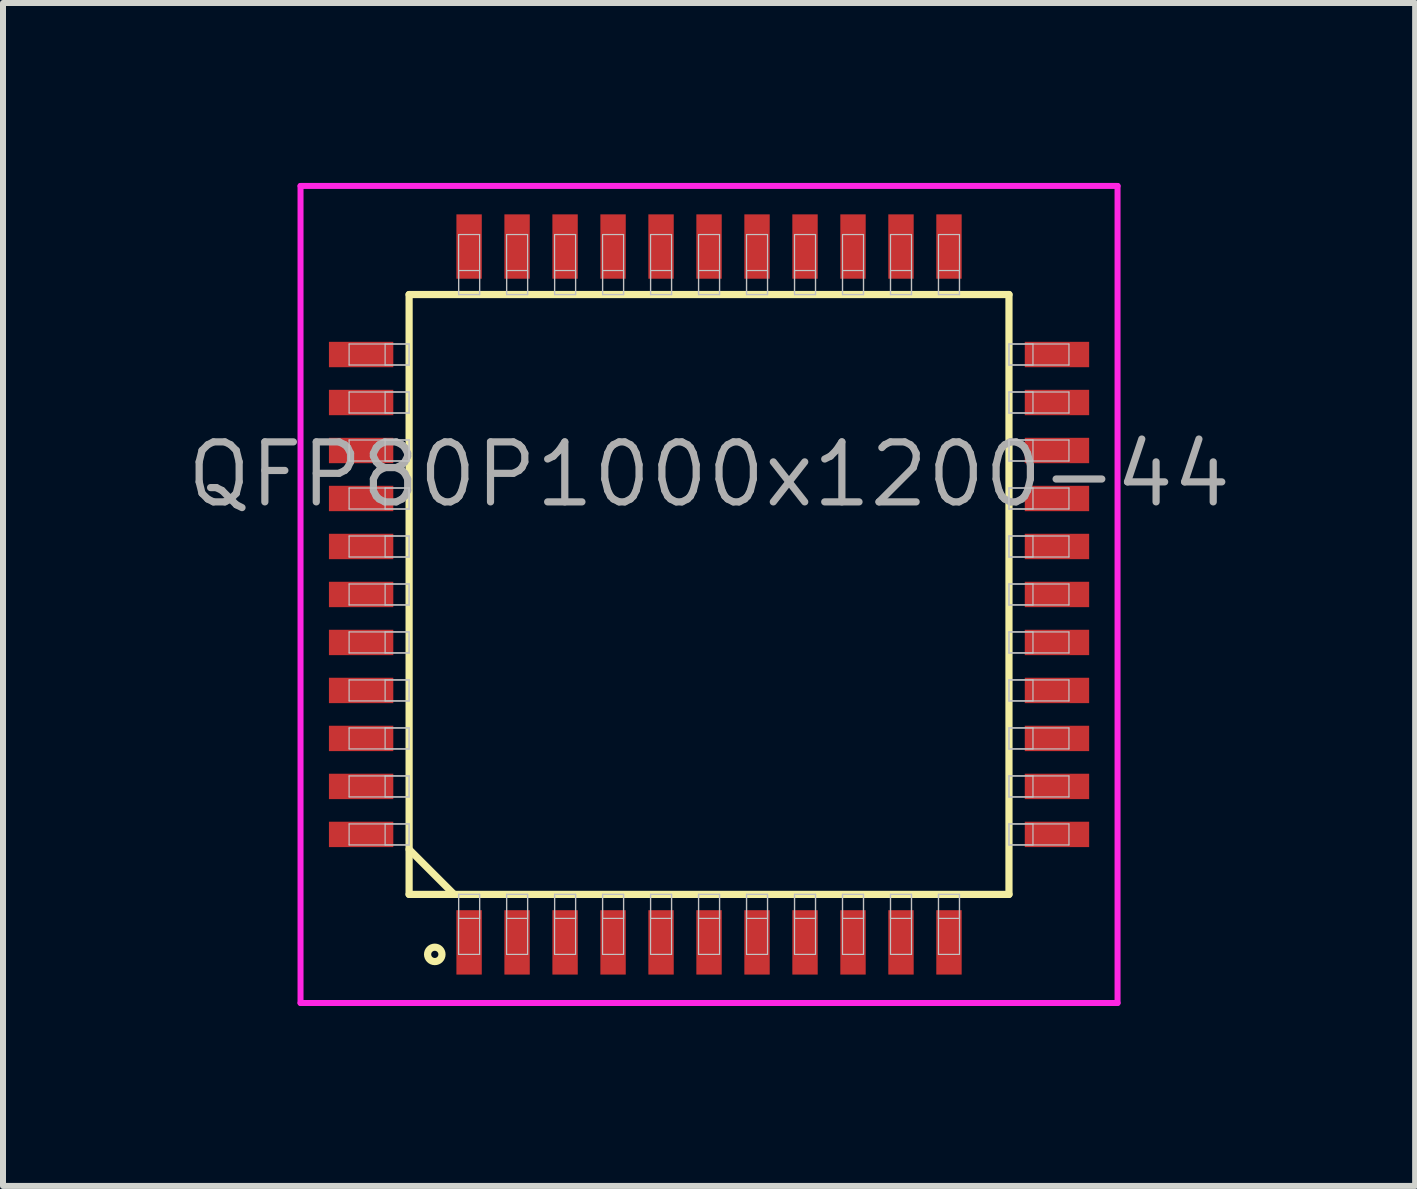
<source format=kicad_pcb>
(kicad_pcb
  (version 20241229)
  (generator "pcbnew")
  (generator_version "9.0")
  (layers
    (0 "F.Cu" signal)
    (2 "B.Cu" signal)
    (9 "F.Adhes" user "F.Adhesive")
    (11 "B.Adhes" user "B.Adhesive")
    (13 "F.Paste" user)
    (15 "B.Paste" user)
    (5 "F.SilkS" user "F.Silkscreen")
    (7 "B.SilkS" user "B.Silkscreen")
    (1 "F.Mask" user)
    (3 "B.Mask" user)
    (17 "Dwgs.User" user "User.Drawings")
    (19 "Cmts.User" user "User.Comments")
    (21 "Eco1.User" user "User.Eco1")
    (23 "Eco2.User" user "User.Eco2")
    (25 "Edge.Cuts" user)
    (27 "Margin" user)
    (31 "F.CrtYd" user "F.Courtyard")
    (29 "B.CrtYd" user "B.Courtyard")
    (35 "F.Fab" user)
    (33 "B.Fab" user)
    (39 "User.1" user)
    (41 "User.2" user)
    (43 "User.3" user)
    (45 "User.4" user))
  (footprint "QFP80P1000x1200-44"
    (layer "F.Cu")
    (at 8.77 6.86)
    (property "Reference" "QFP80P1000x1200-44" (at 0 -2 0) (layer "F.Fab") (effects (font (size 1 1) (thickness 0.12))))
    (attr through_hole)
    (fp_line (start -5 -5) (end -5 5) (stroke (width 0.12) (type solid)) (layer "F.SilkS"))
    (fp_line (start -5 4.25) (end -4.25 5) (stroke (width 0.12) (type solid)) (layer "F.SilkS"))
    (fp_line (start -5 5) (end 5 5) (stroke (width 0.12) (type solid)) (layer "F.SilkS"))
    (fp_line (start 5 -5) (end -5 -5) (stroke (width 0.12) (type solid)) (layer "F.SilkS"))
    (fp_line (start 5 5) (end 5 -5) (stroke (width 0.12) (type solid)) (layer "F.SilkS"))
    (fp_circle (center -4.572 6) (end -4.452 6) (stroke (width 0.12) (type solid)) (fill no) (layer "F.SilkS"))
    (fp_line (start -6 -4.175) (end -6 -3.825) (stroke (width 0.02) (type solid)) (layer "Dwgs.User"))
    (fp_line (start -6 -3.825) (end -5 -3.825) (stroke (width 0.02) (type solid)) (layer "Dwgs.User"))
    (fp_line (start -6 -3.375) (end -6 -3.025) (stroke (width 0.02) (type solid)) (layer "Dwgs.User"))
    (fp_line (start -6 -3.025) (end -5 -3.025) (stroke (width 0.02) (type solid)) (layer "Dwgs.User"))
    (fp_line (start -6 -2.575) (end -6 -2.225) (stroke (width 0.02) (type solid)) (layer "Dwgs.User"))
    (fp_line (start -6 -2.225) (end -5 -2.225) (stroke (width 0.02) (type solid)) (layer "Dwgs.User"))
    (fp_line (start -6 -1.775) (end -6 -1.425) (stroke (width 0.02) (type solid)) (layer "Dwgs.User"))
    (fp_line (start -6 -1.425) (end -5 -1.425) (stroke (width 0.02) (type solid)) (layer "Dwgs.User"))
    (fp_line (start -6 -0.975) (end -6 -0.625) (stroke (width 0.02) (type solid)) (layer "Dwgs.User"))
    (fp_line (start -6 -0.625) (end -5 -0.625) (stroke (width 0.02) (type solid)) (layer "Dwgs.User"))
    (fp_line (start -6 -0.175) (end -6 0.175) (stroke (width 0.02) (type solid)) (layer "Dwgs.User"))
    (fp_line (start -6 0.175) (end -5 0.175) (stroke (width 0.02) (type solid)) (layer "Dwgs.User"))
    (fp_line (start -6 0.625) (end -6 0.975) (stroke (width 0.02) (type solid)) (layer "Dwgs.User"))
    (fp_line (start -6 0.975) (end -5 0.975) (stroke (width 0.02) (type solid)) (layer "Dwgs.User"))
    (fp_line (start -6 1.425) (end -6 1.775) (stroke (width 0.02) (type solid)) (layer "Dwgs.User"))
    (fp_line (start -6 1.775) (end -5 1.775) (stroke (width 0.02) (type solid)) (layer "Dwgs.User"))
    (fp_line (start -6 2.225) (end -6 2.575) (stroke (width 0.02) (type solid)) (layer "Dwgs.User"))
    (fp_line (start -6 2.575) (end -5 2.575) (stroke (width 0.02) (type solid)) (layer "Dwgs.User"))
    (fp_line (start -6 3.025) (end -6 3.375) (stroke (width 0.02) (type solid)) (layer "Dwgs.User"))
    (fp_line (start -6 3.375) (end -5 3.375) (stroke (width 0.02) (type solid)) (layer "Dwgs.User"))
    (fp_line (start -6 3.825) (end -6 4.175) (stroke (width 0.02) (type solid)) (layer "Dwgs.User"))
    (fp_line (start -6 4.175) (end -5 4.175) (stroke (width 0.02) (type solid)) (layer "Dwgs.User"))
    (fp_line (start -5.4 -4.175) (end -5.4 -3.825) (stroke (width 0.02) (type solid)) (layer "Dwgs.User"))
    (fp_line (start -5.4 -3.825) (end -5 -3.825) (stroke (width 0.02) (type solid)) (layer "Dwgs.User"))
    (fp_line (start -5.4 -3.375) (end -5.4 -3.025) (stroke (width 0.02) (type solid)) (layer "Dwgs.User"))
    (fp_line (start -5.4 -3.025) (end -5 -3.025) (stroke (width 0.02) (type solid)) (layer "Dwgs.User"))
    (fp_line (start -5.4 -2.575) (end -5.4 -2.225) (stroke (width 0.02) (type solid)) (layer "Dwgs.User"))
    (fp_line (start -5.4 -2.225) (end -5 -2.225) (stroke (width 0.02) (type solid)) (layer "Dwgs.User"))
    (fp_line (start -5.4 -1.775) (end -5.4 -1.425) (stroke (width 0.02) (type solid)) (layer "Dwgs.User"))
    (fp_line (start -5.4 -1.425) (end -5 -1.425) (stroke (width 0.02) (type solid)) (layer "Dwgs.User"))
    (fp_line (start -5.4 -0.975) (end -5.4 -0.625) (stroke (width 0.02) (type solid)) (layer "Dwgs.User"))
    (fp_line (start -5.4 -0.625) (end -5 -0.625) (stroke (width 0.02) (type solid)) (layer "Dwgs.User"))
    (fp_line (start -5.4 -0.175) (end -5.4 0.175) (stroke (width 0.02) (type solid)) (layer "Dwgs.User"))
    (fp_line (start -5.4 0.175) (end -5 0.175) (stroke (width 0.02) (type solid)) (layer "Dwgs.User"))
    (fp_line (start -5.4 0.625) (end -5.4 0.975) (stroke (width 0.02) (type solid)) (layer "Dwgs.User"))
    (fp_line (start -5.4 0.975) (end -5 0.975) (stroke (width 0.02) (type solid)) (layer "Dwgs.User"))
    (fp_line (start -5.4 1.425) (end -5.4 1.775) (stroke (width 0.02) (type solid)) (layer "Dwgs.User"))
    (fp_line (start -5.4 1.775) (end -5 1.775) (stroke (width 0.02) (type solid)) (layer "Dwgs.User"))
    (fp_line (start -5.4 2.225) (end -5.4 2.575) (stroke (width 0.02) (type solid)) (layer "Dwgs.User"))
    (fp_line (start -5.4 2.575) (end -5 2.575) (stroke (width 0.02) (type solid)) (layer "Dwgs.User"))
    (fp_line (start -5.4 3.025) (end -5.4 3.375) (stroke (width 0.02) (type solid)) (layer "Dwgs.User"))
    (fp_line (start -5.4 3.375) (end -5 3.375) (stroke (width 0.02) (type solid)) (layer "Dwgs.User"))
    (fp_line (start -5.4 3.825) (end -5.4 4.175) (stroke (width 0.02) (type solid)) (layer "Dwgs.User"))
    (fp_line (start -5.4 4.175) (end -5 4.175) (stroke (width 0.02) (type solid)) (layer "Dwgs.User"))
    (fp_line (start -5 -4.175) (end -6 -4.175) (stroke (width 0.02) (type solid)) (layer "Dwgs.User"))
    (fp_line (start -5 -4.175) (end -5.4 -4.175) (stroke (width 0.02) (type solid)) (layer "Dwgs.User"))
    (fp_line (start -5 -3.825) (end -5 -4.175) (stroke (width 0.02) (type solid)) (layer "Dwgs.User"))
    (fp_line (start -5 -3.825) (end -5 -4.175) (stroke (width 0.02) (type solid)) (layer "Dwgs.User"))
    (fp_line (start -5 -3.375) (end -6 -3.375) (stroke (width 0.02) (type solid)) (layer "Dwgs.User"))
    (fp_line (start -5 -3.375) (end -5.4 -3.375) (stroke (width 0.02) (type solid)) (layer "Dwgs.User"))
    (fp_line (start -5 -3.025) (end -5 -3.375) (stroke (width 0.02) (type solid)) (layer "Dwgs.User"))
    (fp_line (start -5 -3.025) (end -5 -3.375) (stroke (width 0.02) (type solid)) (layer "Dwgs.User"))
    (fp_line (start -5 -2.575) (end -6 -2.575) (stroke (width 0.02) (type solid)) (layer "Dwgs.User"))
    (fp_line (start -5 -2.575) (end -5.4 -2.575) (stroke (width 0.02) (type solid)) (layer "Dwgs.User"))
    (fp_line (start -5 -2.225) (end -5 -2.575) (stroke (width 0.02) (type solid)) (layer "Dwgs.User"))
    (fp_line (start -5 -2.225) (end -5 -2.575) (stroke (width 0.02) (type solid)) (layer "Dwgs.User"))
    (fp_line (start -5 -1.775) (end -6 -1.775) (stroke (width 0.02) (type solid)) (layer "Dwgs.User"))
    (fp_line (start -5 -1.775) (end -5.4 -1.775) (stroke (width 0.02) (type solid)) (layer "Dwgs.User"))
    (fp_line (start -5 -1.425) (end -5 -1.775) (stroke (width 0.02) (type solid)) (layer "Dwgs.User"))
    (fp_line (start -5 -1.425) (end -5 -1.775) (stroke (width 0.02) (type solid)) (layer "Dwgs.User"))
    (fp_line (start -5 -0.975) (end -6 -0.975) (stroke (width 0.02) (type solid)) (layer "Dwgs.User"))
    (fp_line (start -5 -0.975) (end -5.4 -0.975) (stroke (width 0.02) (type solid)) (layer "Dwgs.User"))
    (fp_line (start -5 -0.625) (end -5 -0.975) (stroke (width 0.02) (type solid)) (layer "Dwgs.User"))
    (fp_line (start -5 -0.625) (end -5 -0.975) (stroke (width 0.02) (type solid)) (layer "Dwgs.User"))
    (fp_line (start -5 -0.175) (end -6 -0.175) (stroke (width 0.02) (type solid)) (layer "Dwgs.User"))
    (fp_line (start -5 -0.175) (end -5.4 -0.175) (stroke (width 0.02) (type solid)) (layer "Dwgs.User"))
    (fp_line (start -5 0.175) (end -5 -0.175) (stroke (width 0.02) (type solid)) (layer "Dwgs.User"))
    (fp_line (start -5 0.175) (end -5 -0.175) (stroke (width 0.02) (type solid)) (layer "Dwgs.User"))
    (fp_line (start -5 0.625) (end -6 0.625) (stroke (width 0.02) (type solid)) (layer "Dwgs.User"))
    (fp_line (start -5 0.625) (end -5.4 0.625) (stroke (width 0.02) (type solid)) (layer "Dwgs.User"))
    (fp_line (start -5 0.975) (end -5 0.625) (stroke (width 0.02) (type solid)) (layer "Dwgs.User"))
    (fp_line (start -5 0.975) (end -5 0.625) (stroke (width 0.02) (type solid)) (layer "Dwgs.User"))
    (fp_line (start -5 1.425) (end -6 1.425) (stroke (width 0.02) (type solid)) (layer "Dwgs.User"))
    (fp_line (start -5 1.425) (end -5.4 1.425) (stroke (width 0.02) (type solid)) (layer "Dwgs.User"))
    (fp_line (start -5 1.775) (end -5 1.425) (stroke (width 0.02) (type solid)) (layer "Dwgs.User"))
    (fp_line (start -5 1.775) (end -5 1.425) (stroke (width 0.02) (type solid)) (layer "Dwgs.User"))
    (fp_line (start -5 2.225) (end -6 2.225) (stroke (width 0.02) (type solid)) (layer "Dwgs.User"))
    (fp_line (start -5 2.225) (end -5.4 2.225) (stroke (width 0.02) (type solid)) (layer "Dwgs.User"))
    (fp_line (start -5 2.575) (end -5 2.225) (stroke (width 0.02) (type solid)) (layer "Dwgs.User"))
    (fp_line (start -5 2.575) (end -5 2.225) (stroke (width 0.02) (type solid)) (layer "Dwgs.User"))
    (fp_line (start -5 3.025) (end -6 3.025) (stroke (width 0.02) (type solid)) (layer "Dwgs.User"))
    (fp_line (start -5 3.025) (end -5.4 3.025) (stroke (width 0.02) (type solid)) (layer "Dwgs.User"))
    (fp_line (start -5 3.375) (end -5 3.025) (stroke (width 0.02) (type solid)) (layer "Dwgs.User"))
    (fp_line (start -5 3.375) (end -5 3.025) (stroke (width 0.02) (type solid)) (layer "Dwgs.User"))
    (fp_line (start -5 3.825) (end -6 3.825) (stroke (width 0.02) (type solid)) (layer "Dwgs.User"))
    (fp_line (start -5 3.825) (end -5.4 3.825) (stroke (width 0.02) (type solid)) (layer "Dwgs.User"))
    (fp_line (start -5 4.175) (end -5 3.825) (stroke (width 0.02) (type solid)) (layer "Dwgs.User"))
    (fp_line (start -5 4.175) (end -5 3.825) (stroke (width 0.02) (type solid)) (layer "Dwgs.User"))
    (fp_line (start -4.175 -6) (end -4.175 -5) (stroke (width 0.02) (type solid)) (layer "Dwgs.User"))
    (fp_line (start -4.175 -5.4) (end -4.175 -5) (stroke (width 0.02) (type solid)) (layer "Dwgs.User"))
    (fp_line (start -4.175 -5) (end -3.825 -5) (stroke (width 0.02) (type solid)) (layer "Dwgs.User"))
    (fp_line (start -4.175 -5) (end -3.825 -5) (stroke (width 0.02) (type solid)) (layer "Dwgs.User"))
    (fp_line (start -4.175 5) (end -3.825 5) (stroke (width 0.02) (type solid)) (layer "Dwgs.User"))
    (fp_line (start -4.175 5) (end -3.825 5) (stroke (width 0.02) (type solid)) (layer "Dwgs.User"))
    (fp_line (start -4.175 5.4) (end -4.175 5) (stroke (width 0.02) (type solid)) (layer "Dwgs.User"))
    (fp_line (start -4.175 6) (end -4.175 5) (stroke (width 0.02) (type solid)) (layer "Dwgs.User"))
    (fp_line (start -3.825 -6) (end -4.175 -6) (stroke (width 0.02) (type solid)) (layer "Dwgs.User"))
    (fp_line (start -3.825 -5.4) (end -4.175 -5.4) (stroke (width 0.02) (type solid)) (layer "Dwgs.User"))
    (fp_line (start -3.825 -5) (end -3.825 -6) (stroke (width 0.02) (type solid)) (layer "Dwgs.User"))
    (fp_line (start -3.825 -5) (end -3.825 -5.4) (stroke (width 0.02) (type solid)) (layer "Dwgs.User"))
    (fp_line (start -3.825 5) (end -3.825 5.4) (stroke (width 0.02) (type solid)) (layer "Dwgs.User"))
    (fp_line (start -3.825 5) (end -3.825 6) (stroke (width 0.02) (type solid)) (layer "Dwgs.User"))
    (fp_line (start -3.825 5.4) (end -4.175 5.4) (stroke (width 0.02) (type solid)) (layer "Dwgs.User"))
    (fp_line (start -3.825 6) (end -4.175 6) (stroke (width 0.02) (type solid)) (layer "Dwgs.User"))
    (fp_line (start -3.375 -6) (end -3.375 -5) (stroke (width 0.02) (type solid)) (layer "Dwgs.User"))
    (fp_line (start -3.375 -5.4) (end -3.375 -5) (stroke (width 0.02) (type solid)) (layer "Dwgs.User"))
    (fp_line (start -3.375 -5) (end -3.025 -5) (stroke (width 0.02) (type solid)) (layer "Dwgs.User"))
    (fp_line (start -3.375 -5) (end -3.025 -5) (stroke (width 0.02) (type solid)) (layer "Dwgs.User"))
    (fp_line (start -3.375 5) (end -3.025 5) (stroke (width 0.02) (type solid)) (layer "Dwgs.User"))
    (fp_line (start -3.375 5) (end -3.025 5) (stroke (width 0.02) (type solid)) (layer "Dwgs.User"))
    (fp_line (start -3.375 5.4) (end -3.375 5) (stroke (width 0.02) (type solid)) (layer "Dwgs.User"))
    (fp_line (start -3.375 6) (end -3.375 5) (stroke (width 0.02) (type solid)) (layer "Dwgs.User"))
    (fp_line (start -3.025 -6) (end -3.375 -6) (stroke (width 0.02) (type solid)) (layer "Dwgs.User"))
    (fp_line (start -3.025 -5.4) (end -3.375 -5.4) (stroke (width 0.02) (type solid)) (layer "Dwgs.User"))
    (fp_line (start -3.025 -5) (end -3.025 -6) (stroke (width 0.02) (type solid)) (layer "Dwgs.User"))
    (fp_line (start -3.025 -5) (end -3.025 -5.4) (stroke (width 0.02) (type solid)) (layer "Dwgs.User"))
    (fp_line (start -3.025 5) (end -3.025 5.4) (stroke (width 0.02) (type solid)) (layer "Dwgs.User"))
    (fp_line (start -3.025 5) (end -3.025 6) (stroke (width 0.02) (type solid)) (layer "Dwgs.User"))
    (fp_line (start -3.025 5.4) (end -3.375 5.4) (stroke (width 0.02) (type solid)) (layer "Dwgs.User"))
    (fp_line (start -3.025 6) (end -3.375 6) (stroke (width 0.02) (type solid)) (layer "Dwgs.User"))
    (fp_line (start -2.575 -6) (end -2.575 -5) (stroke (width 0.02) (type solid)) (layer "Dwgs.User"))
    (fp_line (start -2.575 -5.4) (end -2.575 -5) (stroke (width 0.02) (type solid)) (layer "Dwgs.User"))
    (fp_line (start -2.575 -5) (end -2.225 -5) (stroke (width 0.02) (type solid)) (layer "Dwgs.User"))
    (fp_line (start -2.575 -5) (end -2.225 -5) (stroke (width 0.02) (type solid)) (layer "Dwgs.User"))
    (fp_line (start -2.575 5) (end -2.225 5) (stroke (width 0.02) (type solid)) (layer "Dwgs.User"))
    (fp_line (start -2.575 5) (end -2.225 5) (stroke (width 0.02) (type solid)) (layer "Dwgs.User"))
    (fp_line (start -2.575 5.4) (end -2.575 5) (stroke (width 0.02) (type solid)) (layer "Dwgs.User"))
    (fp_line (start -2.575 6) (end -2.575 5) (stroke (width 0.02) (type solid)) (layer "Dwgs.User"))
    (fp_line (start -2.225 -6) (end -2.575 -6) (stroke (width 0.02) (type solid)) (layer "Dwgs.User"))
    (fp_line (start -2.225 -5.4) (end -2.575 -5.4) (stroke (width 0.02) (type solid)) (layer "Dwgs.User"))
    (fp_line (start -2.225 -5) (end -2.225 -6) (stroke (width 0.02) (type solid)) (layer "Dwgs.User"))
    (fp_line (start -2.225 -5) (end -2.225 -5.4) (stroke (width 0.02) (type solid)) (layer "Dwgs.User"))
    (fp_line (start -2.225 5) (end -2.225 5.4) (stroke (width 0.02) (type solid)) (layer "Dwgs.User"))
    (fp_line (start -2.225 5) (end -2.225 6) (stroke (width 0.02) (type solid)) (layer "Dwgs.User"))
    (fp_line (start -2.225 5.4) (end -2.575 5.4) (stroke (width 0.02) (type solid)) (layer "Dwgs.User"))
    (fp_line (start -2.225 6) (end -2.575 6) (stroke (width 0.02) (type solid)) (layer "Dwgs.User"))
    (fp_line (start -1.775 -6) (end -1.775 -5) (stroke (width 0.02) (type solid)) (layer "Dwgs.User"))
    (fp_line (start -1.775 -5.4) (end -1.775 -5) (stroke (width 0.02) (type solid)) (layer "Dwgs.User"))
    (fp_line (start -1.775 -5) (end -1.425 -5) (stroke (width 0.02) (type solid)) (layer "Dwgs.User"))
    (fp_line (start -1.775 -5) (end -1.425 -5) (stroke (width 0.02) (type solid)) (layer "Dwgs.User"))
    (fp_line (start -1.775 5) (end -1.425 5) (stroke (width 0.02) (type solid)) (layer "Dwgs.User"))
    (fp_line (start -1.775 5) (end -1.425 5) (stroke (width 0.02) (type solid)) (layer "Dwgs.User"))
    (fp_line (start -1.775 5.4) (end -1.775 5) (stroke (width 0.02) (type solid)) (layer "Dwgs.User"))
    (fp_line (start -1.775 6) (end -1.775 5) (stroke (width 0.02) (type solid)) (layer "Dwgs.User"))
    (fp_line (start -1.425 -6) (end -1.775 -6) (stroke (width 0.02) (type solid)) (layer "Dwgs.User"))
    (fp_line (start -1.425 -5.4) (end -1.775 -5.4) (stroke (width 0.02) (type solid)) (layer "Dwgs.User"))
    (fp_line (start -1.425 -5) (end -1.425 -6) (stroke (width 0.02) (type solid)) (layer "Dwgs.User"))
    (fp_line (start -1.425 -5) (end -1.425 -5.4) (stroke (width 0.02) (type solid)) (layer "Dwgs.User"))
    (fp_line (start -1.425 5) (end -1.425 5.4) (stroke (width 0.02) (type solid)) (layer "Dwgs.User"))
    (fp_line (start -1.425 5) (end -1.425 6) (stroke (width 0.02) (type solid)) (layer "Dwgs.User"))
    (fp_line (start -1.425 5.4) (end -1.775 5.4) (stroke (width 0.02) (type solid)) (layer "Dwgs.User"))
    (fp_line (start -1.425 6) (end -1.775 6) (stroke (width 0.02) (type solid)) (layer "Dwgs.User"))
    (fp_line (start -0.975 -6) (end -0.975 -5) (stroke (width 0.02) (type solid)) (layer "Dwgs.User"))
    (fp_line (start -0.975 -5.4) (end -0.975 -5) (stroke (width 0.02) (type solid)) (layer "Dwgs.User"))
    (fp_line (start -0.975 -5) (end -0.625 -5) (stroke (width 0.02) (type solid)) (layer "Dwgs.User"))
    (fp_line (start -0.975 -5) (end -0.625 -5) (stroke (width 0.02) (type solid)) (layer "Dwgs.User"))
    (fp_line (start -0.975 5) (end -0.625 5) (stroke (width 0.02) (type solid)) (layer "Dwgs.User"))
    (fp_line (start -0.975 5) (end -0.625 5) (stroke (width 0.02) (type solid)) (layer "Dwgs.User"))
    (fp_line (start -0.975 5.4) (end -0.975 5) (stroke (width 0.02) (type solid)) (layer "Dwgs.User"))
    (fp_line (start -0.975 6) (end -0.975 5) (stroke (width 0.02) (type solid)) (layer "Dwgs.User"))
    (fp_line (start -0.625 -6) (end -0.975 -6) (stroke (width 0.02) (type solid)) (layer "Dwgs.User"))
    (fp_line (start -0.625 -5.4) (end -0.975 -5.4) (stroke (width 0.02) (type solid)) (layer "Dwgs.User"))
    (fp_line (start -0.625 -5) (end -0.625 -6) (stroke (width 0.02) (type solid)) (layer "Dwgs.User"))
    (fp_line (start -0.625 -5) (end -0.625 -5.4) (stroke (width 0.02) (type solid)) (layer "Dwgs.User"))
    (fp_line (start -0.625 5) (end -0.625 5.4) (stroke (width 0.02) (type solid)) (layer "Dwgs.User"))
    (fp_line (start -0.625 5) (end -0.625 6) (stroke (width 0.02) (type solid)) (layer "Dwgs.User"))
    (fp_line (start -0.625 5.4) (end -0.975 5.4) (stroke (width 0.02) (type solid)) (layer "Dwgs.User"))
    (fp_line (start -0.625 6) (end -0.975 6) (stroke (width 0.02) (type solid)) (layer "Dwgs.User"))
    (fp_line (start -0.175 -6) (end -0.175 -5) (stroke (width 0.02) (type solid)) (layer "Dwgs.User"))
    (fp_line (start -0.175 -5.4) (end -0.175 -5) (stroke (width 0.02) (type solid)) (layer "Dwgs.User"))
    (fp_line (start -0.175 -5) (end 0.175 -5) (stroke (width 0.02) (type solid)) (layer "Dwgs.User"))
    (fp_line (start -0.175 -5) (end 0.175 -5) (stroke (width 0.02) (type solid)) (layer "Dwgs.User"))
    (fp_line (start -0.175 5) (end 0.175 5) (stroke (width 0.02) (type solid)) (layer "Dwgs.User"))
    (fp_line (start -0.175 5) (end 0.175 5) (stroke (width 0.02) (type solid)) (layer "Dwgs.User"))
    (fp_line (start -0.175 5.4) (end -0.175 5) (stroke (width 0.02) (type solid)) (layer "Dwgs.User"))
    (fp_line (start -0.175 6) (end -0.175 5) (stroke (width 0.02) (type solid)) (layer "Dwgs.User"))
    (fp_line (start 0.175 -6) (end -0.175 -6) (stroke (width 0.02) (type solid)) (layer "Dwgs.User"))
    (fp_line (start 0.175 -5.4) (end -0.175 -5.4) (stroke (width 0.02) (type solid)) (layer "Dwgs.User"))
    (fp_line (start 0.175 -5) (end 0.175 -6) (stroke (width 0.02) (type solid)) (layer "Dwgs.User"))
    (fp_line (start 0.175 -5) (end 0.175 -5.4) (stroke (width 0.02) (type solid)) (layer "Dwgs.User"))
    (fp_line (start 0.175 5) (end 0.175 5.4) (stroke (width 0.02) (type solid)) (layer "Dwgs.User"))
    (fp_line (start 0.175 5) (end 0.175 6) (stroke (width 0.02) (type solid)) (layer "Dwgs.User"))
    (fp_line (start 0.175 5.4) (end -0.175 5.4) (stroke (width 0.02) (type solid)) (layer "Dwgs.User"))
    (fp_line (start 0.175 6) (end -0.175 6) (stroke (width 0.02) (type solid)) (layer "Dwgs.User"))
    (fp_line (start 0.625 -6) (end 0.625 -5) (stroke (width 0.02) (type solid)) (layer "Dwgs.User"))
    (fp_line (start 0.625 -5.4) (end 0.625 -5) (stroke (width 0.02) (type solid)) (layer "Dwgs.User"))
    (fp_line (start 0.625 -5) (end 0.975 -5) (stroke (width 0.02) (type solid)) (layer "Dwgs.User"))
    (fp_line (start 0.625 -5) (end 0.975 -5) (stroke (width 0.02) (type solid)) (layer "Dwgs.User"))
    (fp_line (start 0.625 5) (end 0.975 5) (stroke (width 0.02) (type solid)) (layer "Dwgs.User"))
    (fp_line (start 0.625 5) (end 0.975 5) (stroke (width 0.02) (type solid)) (layer "Dwgs.User"))
    (fp_line (start 0.625 5.4) (end 0.625 5) (stroke (width 0.02) (type solid)) (layer "Dwgs.User"))
    (fp_line (start 0.625 6) (end 0.625 5) (stroke (width 0.02) (type solid)) (layer "Dwgs.User"))
    (fp_line (start 0.975 -6) (end 0.625 -6) (stroke (width 0.02) (type solid)) (layer "Dwgs.User"))
    (fp_line (start 0.975 -5.4) (end 0.625 -5.4) (stroke (width 0.02) (type solid)) (layer "Dwgs.User"))
    (fp_line (start 0.975 -5) (end 0.975 -6) (stroke (width 0.02) (type solid)) (layer "Dwgs.User"))
    (fp_line (start 0.975 -5) (end 0.975 -5.4) (stroke (width 0.02) (type solid)) (layer "Dwgs.User"))
    (fp_line (start 0.975 5) (end 0.975 5.4) (stroke (width 0.02) (type solid)) (layer "Dwgs.User"))
    (fp_line (start 0.975 5) (end 0.975 6) (stroke (width 0.02) (type solid)) (layer "Dwgs.User"))
    (fp_line (start 0.975 5.4) (end 0.625 5.4) (stroke (width 0.02) (type solid)) (layer "Dwgs.User"))
    (fp_line (start 0.975 6) (end 0.625 6) (stroke (width 0.02) (type solid)) (layer "Dwgs.User"))
    (fp_line (start 1.425 -6) (end 1.425 -5) (stroke (width 0.02) (type solid)) (layer "Dwgs.User"))
    (fp_line (start 1.425 -5.4) (end 1.425 -5) (stroke (width 0.02) (type solid)) (layer "Dwgs.User"))
    (fp_line (start 1.425 -5) (end 1.775 -5) (stroke (width 0.02) (type solid)) (layer "Dwgs.User"))
    (fp_line (start 1.425 -5) (end 1.775 -5) (stroke (width 0.02) (type solid)) (layer "Dwgs.User"))
    (fp_line (start 1.425 5) (end 1.775 5) (stroke (width 0.02) (type solid)) (layer "Dwgs.User"))
    (fp_line (start 1.425 5) (end 1.775 5) (stroke (width 0.02) (type solid)) (layer "Dwgs.User"))
    (fp_line (start 1.425 5.4) (end 1.425 5) (stroke (width 0.02) (type solid)) (layer "Dwgs.User"))
    (fp_line (start 1.425 6) (end 1.425 5) (stroke (width 0.02) (type solid)) (layer "Dwgs.User"))
    (fp_line (start 1.775 -6) (end 1.425 -6) (stroke (width 0.02) (type solid)) (layer "Dwgs.User"))
    (fp_line (start 1.775 -5.4) (end 1.425 -5.4) (stroke (width 0.02) (type solid)) (layer "Dwgs.User"))
    (fp_line (start 1.775 -5) (end 1.775 -6) (stroke (width 0.02) (type solid)) (layer "Dwgs.User"))
    (fp_line (start 1.775 -5) (end 1.775 -5.4) (stroke (width 0.02) (type solid)) (layer "Dwgs.User"))
    (fp_line (start 1.775 5) (end 1.775 5.4) (stroke (width 0.02) (type solid)) (layer "Dwgs.User"))
    (fp_line (start 1.775 5) (end 1.775 6) (stroke (width 0.02) (type solid)) (layer "Dwgs.User"))
    (fp_line (start 1.775 5.4) (end 1.425 5.4) (stroke (width 0.02) (type solid)) (layer "Dwgs.User"))
    (fp_line (start 1.775 6) (end 1.425 6) (stroke (width 0.02) (type solid)) (layer "Dwgs.User"))
    (fp_line (start 2.225 -6) (end 2.225 -5) (stroke (width 0.02) (type solid)) (layer "Dwgs.User"))
    (fp_line (start 2.225 -5.4) (end 2.225 -5) (stroke (width 0.02) (type solid)) (layer "Dwgs.User"))
    (fp_line (start 2.225 -5) (end 2.575 -5) (stroke (width 0.02) (type solid)) (layer "Dwgs.User"))
    (fp_line (start 2.225 -5) (end 2.575 -5) (stroke (width 0.02) (type solid)) (layer "Dwgs.User"))
    (fp_line (start 2.225 5) (end 2.575 5) (stroke (width 0.02) (type solid)) (layer "Dwgs.User"))
    (fp_line (start 2.225 5) (end 2.575 5) (stroke (width 0.02) (type solid)) (layer "Dwgs.User"))
    (fp_line (start 2.225 5.4) (end 2.225 5) (stroke (width 0.02) (type solid)) (layer "Dwgs.User"))
    (fp_line (start 2.225 6) (end 2.225 5) (stroke (width 0.02) (type solid)) (layer "Dwgs.User"))
    (fp_line (start 2.575 -6) (end 2.225 -6) (stroke (width 0.02) (type solid)) (layer "Dwgs.User"))
    (fp_line (start 2.575 -5.4) (end 2.225 -5.4) (stroke (width 0.02) (type solid)) (layer "Dwgs.User"))
    (fp_line (start 2.575 -5) (end 2.575 -6) (stroke (width 0.02) (type solid)) (layer "Dwgs.User"))
    (fp_line (start 2.575 -5) (end 2.575 -5.4) (stroke (width 0.02) (type solid)) (layer "Dwgs.User"))
    (fp_line (start 2.575 5) (end 2.575 5.4) (stroke (width 0.02) (type solid)) (layer "Dwgs.User"))
    (fp_line (start 2.575 5) (end 2.575 6) (stroke (width 0.02) (type solid)) (layer "Dwgs.User"))
    (fp_line (start 2.575 5.4) (end 2.225 5.4) (stroke (width 0.02) (type solid)) (layer "Dwgs.User"))
    (fp_line (start 2.575 6) (end 2.225 6) (stroke (width 0.02) (type solid)) (layer "Dwgs.User"))
    (fp_line (start 3.025 -6) (end 3.025 -5) (stroke (width 0.02) (type solid)) (layer "Dwgs.User"))
    (fp_line (start 3.025 -5.4) (end 3.025 -5) (stroke (width 0.02) (type solid)) (layer "Dwgs.User"))
    (fp_line (start 3.025 -5) (end 3.375 -5) (stroke (width 0.02) (type solid)) (layer "Dwgs.User"))
    (fp_line (start 3.025 -5) (end 3.375 -5) (stroke (width 0.02) (type solid)) (layer "Dwgs.User"))
    (fp_line (start 3.025 5) (end 3.375 5) (stroke (width 0.02) (type solid)) (layer "Dwgs.User"))
    (fp_line (start 3.025 5) (end 3.375 5) (stroke (width 0.02) (type solid)) (layer "Dwgs.User"))
    (fp_line (start 3.025 5.4) (end 3.025 5) (stroke (width 0.02) (type solid)) (layer "Dwgs.User"))
    (fp_line (start 3.025 6) (end 3.025 5) (stroke (width 0.02) (type solid)) (layer "Dwgs.User"))
    (fp_line (start 3.375 -6) (end 3.025 -6) (stroke (width 0.02) (type solid)) (layer "Dwgs.User"))
    (fp_line (start 3.375 -5.4) (end 3.025 -5.4) (stroke (width 0.02) (type solid)) (layer "Dwgs.User"))
    (fp_line (start 3.375 -5) (end 3.375 -6) (stroke (width 0.02) (type solid)) (layer "Dwgs.User"))
    (fp_line (start 3.375 -5) (end 3.375 -5.4) (stroke (width 0.02) (type solid)) (layer "Dwgs.User"))
    (fp_line (start 3.375 5) (end 3.375 5.4) (stroke (width 0.02) (type solid)) (layer "Dwgs.User"))
    (fp_line (start 3.375 5) (end 3.375 6) (stroke (width 0.02) (type solid)) (layer "Dwgs.User"))
    (fp_line (start 3.375 5.4) (end 3.025 5.4) (stroke (width 0.02) (type solid)) (layer "Dwgs.User"))
    (fp_line (start 3.375 6) (end 3.025 6) (stroke (width 0.02) (type solid)) (layer "Dwgs.User"))
    (fp_line (start 3.825 -6) (end 3.825 -5) (stroke (width 0.02) (type solid)) (layer "Dwgs.User"))
    (fp_line (start 3.825 -5.4) (end 3.825 -5) (stroke (width 0.02) (type solid)) (layer "Dwgs.User"))
    (fp_line (start 3.825 -5) (end 4.175 -5) (stroke (width 0.02) (type solid)) (layer "Dwgs.User"))
    (fp_line (start 3.825 -5) (end 4.175 -5) (stroke (width 0.02) (type solid)) (layer "Dwgs.User"))
    (fp_line (start 3.825 5) (end 4.175 5) (stroke (width 0.02) (type solid)) (layer "Dwgs.User"))
    (fp_line (start 3.825 5) (end 4.175 5) (stroke (width 0.02) (type solid)) (layer "Dwgs.User"))
    (fp_line (start 3.825 5.4) (end 3.825 5) (stroke (width 0.02) (type solid)) (layer "Dwgs.User"))
    (fp_line (start 3.825 6) (end 3.825 5) (stroke (width 0.02) (type solid)) (layer "Dwgs.User"))
    (fp_line (start 4.175 -6) (end 3.825 -6) (stroke (width 0.02) (type solid)) (layer "Dwgs.User"))
    (fp_line (start 4.175 -5.4) (end 3.825 -5.4) (stroke (width 0.02) (type solid)) (layer "Dwgs.User"))
    (fp_line (start 4.175 -5) (end 4.175 -6) (stroke (width 0.02) (type solid)) (layer "Dwgs.User"))
    (fp_line (start 4.175 -5) (end 4.175 -5.4) (stroke (width 0.02) (type solid)) (layer "Dwgs.User"))
    (fp_line (start 4.175 5) (end 4.175 5.4) (stroke (width 0.02) (type solid)) (layer "Dwgs.User"))
    (fp_line (start 4.175 5) (end 4.175 6) (stroke (width 0.02) (type solid)) (layer "Dwgs.User"))
    (fp_line (start 4.175 5.4) (end 3.825 5.4) (stroke (width 0.02) (type solid)) (layer "Dwgs.User"))
    (fp_line (start 4.175 6) (end 3.825 6) (stroke (width 0.02) (type solid)) (layer "Dwgs.User"))
    (fp_line (start 5 -4.175) (end 5.4 -4.175) (stroke (width 0.02) (type solid)) (layer "Dwgs.User"))
    (fp_line (start 5 -4.175) (end 6 -4.175) (stroke (width 0.02) (type solid)) (layer "Dwgs.User"))
    (fp_line (start 5 -3.825) (end 5 -4.175) (stroke (width 0.02) (type solid)) (layer "Dwgs.User"))
    (fp_line (start 5 -3.825) (end 5 -4.175) (stroke (width 0.02) (type solid)) (layer "Dwgs.User"))
    (fp_line (start 5 -3.375) (end 5.4 -3.375) (stroke (width 0.02) (type solid)) (layer "Dwgs.User"))
    (fp_line (start 5 -3.375) (end 6 -3.375) (stroke (width 0.02) (type solid)) (layer "Dwgs.User"))
    (fp_line (start 5 -3.025) (end 5 -3.375) (stroke (width 0.02) (type solid)) (layer "Dwgs.User"))
    (fp_line (start 5 -3.025) (end 5 -3.375) (stroke (width 0.02) (type solid)) (layer "Dwgs.User"))
    (fp_line (start 5 -2.575) (end 5.4 -2.575) (stroke (width 0.02) (type solid)) (layer "Dwgs.User"))
    (fp_line (start 5 -2.575) (end 6 -2.575) (stroke (width 0.02) (type solid)) (layer "Dwgs.User"))
    (fp_line (start 5 -2.225) (end 5 -2.575) (stroke (width 0.02) (type solid)) (layer "Dwgs.User"))
    (fp_line (start 5 -2.225) (end 5 -2.575) (stroke (width 0.02) (type solid)) (layer "Dwgs.User"))
    (fp_line (start 5 -1.775) (end 5.4 -1.775) (stroke (width 0.02) (type solid)) (layer "Dwgs.User"))
    (fp_line (start 5 -1.775) (end 6 -1.775) (stroke (width 0.02) (type solid)) (layer "Dwgs.User"))
    (fp_line (start 5 -1.425) (end 5 -1.775) (stroke (width 0.02) (type solid)) (layer "Dwgs.User"))
    (fp_line (start 5 -1.425) (end 5 -1.775) (stroke (width 0.02) (type solid)) (layer "Dwgs.User"))
    (fp_line (start 5 -0.975) (end 5.4 -0.975) (stroke (width 0.02) (type solid)) (layer "Dwgs.User"))
    (fp_line (start 5 -0.975) (end 6 -0.975) (stroke (width 0.02) (type solid)) (layer "Dwgs.User"))
    (fp_line (start 5 -0.625) (end 5 -0.975) (stroke (width 0.02) (type solid)) (layer "Dwgs.User"))
    (fp_line (start 5 -0.625) (end 5 -0.975) (stroke (width 0.02) (type solid)) (layer "Dwgs.User"))
    (fp_line (start 5 -0.175) (end 5.4 -0.175) (stroke (width 0.02) (type solid)) (layer "Dwgs.User"))
    (fp_line (start 5 -0.175) (end 6 -0.175) (stroke (width 0.02) (type solid)) (layer "Dwgs.User"))
    (fp_line (start 5 0.175) (end 5 -0.175) (stroke (width 0.02) (type solid)) (layer "Dwgs.User"))
    (fp_line (start 5 0.175) (end 5 -0.175) (stroke (width 0.02) (type solid)) (layer "Dwgs.User"))
    (fp_line (start 5 0.625) (end 5.4 0.625) (stroke (width 0.02) (type solid)) (layer "Dwgs.User"))
    (fp_line (start 5 0.625) (end 6 0.625) (stroke (width 0.02) (type solid)) (layer "Dwgs.User"))
    (fp_line (start 5 0.975) (end 5 0.625) (stroke (width 0.02) (type solid)) (layer "Dwgs.User"))
    (fp_line (start 5 0.975) (end 5 0.625) (stroke (width 0.02) (type solid)) (layer "Dwgs.User"))
    (fp_line (start 5 1.425) (end 5.4 1.425) (stroke (width 0.02) (type solid)) (layer "Dwgs.User"))
    (fp_line (start 5 1.425) (end 6 1.425) (stroke (width 0.02) (type solid)) (layer "Dwgs.User"))
    (fp_line (start 5 1.775) (end 5 1.425) (stroke (width 0.02) (type solid)) (layer "Dwgs.User"))
    (fp_line (start 5 1.775) (end 5 1.425) (stroke (width 0.02) (type solid)) (layer "Dwgs.User"))
    (fp_line (start 5 2.225) (end 5.4 2.225) (stroke (width 0.02) (type solid)) (layer "Dwgs.User"))
    (fp_line (start 5 2.225) (end 6 2.225) (stroke (width 0.02) (type solid)) (layer "Dwgs.User"))
    (fp_line (start 5 2.575) (end 5 2.225) (stroke (width 0.02) (type solid)) (layer "Dwgs.User"))
    (fp_line (start 5 2.575) (end 5 2.225) (stroke (width 0.02) (type solid)) (layer "Dwgs.User"))
    (fp_line (start 5 3.025) (end 5.4 3.025) (stroke (width 0.02) (type solid)) (layer "Dwgs.User"))
    (fp_line (start 5 3.025) (end 6 3.025) (stroke (width 0.02) (type solid)) (layer "Dwgs.User"))
    (fp_line (start 5 3.375) (end 5 3.025) (stroke (width 0.02) (type solid)) (layer "Dwgs.User"))
    (fp_line (start 5 3.375) (end 5 3.025) (stroke (width 0.02) (type solid)) (layer "Dwgs.User"))
    (fp_line (start 5 3.825) (end 5.4 3.825) (stroke (width 0.02) (type solid)) (layer "Dwgs.User"))
    (fp_line (start 5 3.825) (end 6 3.825) (stroke (width 0.02) (type solid)) (layer "Dwgs.User"))
    (fp_line (start 5 4.175) (end 5 3.825) (stroke (width 0.02) (type solid)) (layer "Dwgs.User"))
    (fp_line (start 5 4.175) (end 5 3.825) (stroke (width 0.02) (type solid)) (layer "Dwgs.User"))
    (fp_line (start 5.4 -4.175) (end 5.4 -3.825) (stroke (width 0.02) (type solid)) (layer "Dwgs.User"))
    (fp_line (start 5.4 -3.825) (end 5 -3.825) (stroke (width 0.02) (type solid)) (layer "Dwgs.User"))
    (fp_line (start 5.4 -3.375) (end 5.4 -3.025) (stroke (width 0.02) (type solid)) (layer "Dwgs.User"))
    (fp_line (start 5.4 -3.025) (end 5 -3.025) (stroke (width 0.02) (type solid)) (layer "Dwgs.User"))
    (fp_line (start 5.4 -2.575) (end 5.4 -2.225) (stroke (width 0.02) (type solid)) (layer "Dwgs.User"))
    (fp_line (start 5.4 -2.225) (end 5 -2.225) (stroke (width 0.02) (type solid)) (layer "Dwgs.User"))
    (fp_line (start 5.4 -1.775) (end 5.4 -1.425) (stroke (width 0.02) (type solid)) (layer "Dwgs.User"))
    (fp_line (start 5.4 -1.425) (end 5 -1.425) (stroke (width 0.02) (type solid)) (layer "Dwgs.User"))
    (fp_line (start 5.4 -0.975) (end 5.4 -0.625) (stroke (width 0.02) (type solid)) (layer "Dwgs.User"))
    (fp_line (start 5.4 -0.625) (end 5 -0.625) (stroke (width 0.02) (type solid)) (layer "Dwgs.User"))
    (fp_line (start 5.4 -0.175) (end 5.4 0.175) (stroke (width 0.02) (type solid)) (layer "Dwgs.User"))
    (fp_line (start 5.4 0.175) (end 5 0.175) (stroke (width 0.02) (type solid)) (layer "Dwgs.User"))
    (fp_line (start 5.4 0.625) (end 5.4 0.975) (stroke (width 0.02) (type solid)) (layer "Dwgs.User"))
    (fp_line (start 5.4 0.975) (end 5 0.975) (stroke (width 0.02) (type solid)) (layer "Dwgs.User"))
    (fp_line (start 5.4 1.425) (end 5.4 1.775) (stroke (width 0.02) (type solid)) (layer "Dwgs.User"))
    (fp_line (start 5.4 1.775) (end 5 1.775) (stroke (width 0.02) (type solid)) (layer "Dwgs.User"))
    (fp_line (start 5.4 2.225) (end 5.4 2.575) (stroke (width 0.02) (type solid)) (layer "Dwgs.User"))
    (fp_line (start 5.4 2.575) (end 5 2.575) (stroke (width 0.02) (type solid)) (layer "Dwgs.User"))
    (fp_line (start 5.4 3.025) (end 5.4 3.375) (stroke (width 0.02) (type solid)) (layer "Dwgs.User"))
    (fp_line (start 5.4 3.375) (end 5 3.375) (stroke (width 0.02) (type solid)) (layer "Dwgs.User"))
    (fp_line (start 5.4 3.825) (end 5.4 4.175) (stroke (width 0.02) (type solid)) (layer "Dwgs.User"))
    (fp_line (start 5.4 4.175) (end 5 4.175) (stroke (width 0.02) (type solid)) (layer "Dwgs.User"))
    (fp_line (start 6 -4.175) (end 6 -3.825) (stroke (width 0.02) (type solid)) (layer "Dwgs.User"))
    (fp_line (start 6 -3.825) (end 5 -3.825) (stroke (width 0.02) (type solid)) (layer "Dwgs.User"))
    (fp_line (start 6 -3.375) (end 6 -3.025) (stroke (width 0.02) (type solid)) (layer "Dwgs.User"))
    (fp_line (start 6 -3.025) (end 5 -3.025) (stroke (width 0.02) (type solid)) (layer "Dwgs.User"))
    (fp_line (start 6 -2.575) (end 6 -2.225) (stroke (width 0.02) (type solid)) (layer "Dwgs.User"))
    (fp_line (start 6 -2.225) (end 5 -2.225) (stroke (width 0.02) (type solid)) (layer "Dwgs.User"))
    (fp_line (start 6 -1.775) (end 6 -1.425) (stroke (width 0.02) (type solid)) (layer "Dwgs.User"))
    (fp_line (start 6 -1.425) (end 5 -1.425) (stroke (width 0.02) (type solid)) (layer "Dwgs.User"))
    (fp_line (start 6 -0.975) (end 6 -0.625) (stroke (width 0.02) (type solid)) (layer "Dwgs.User"))
    (fp_line (start 6 -0.625) (end 5 -0.625) (stroke (width 0.02) (type solid)) (layer "Dwgs.User"))
    (fp_line (start 6 -0.175) (end 6 0.175) (stroke (width 0.02) (type solid)) (layer "Dwgs.User"))
    (fp_line (start 6 0.175) (end 5 0.175) (stroke (width 0.02) (type solid)) (layer "Dwgs.User"))
    (fp_line (start 6 0.625) (end 6 0.975) (stroke (width 0.02) (type solid)) (layer "Dwgs.User"))
    (fp_line (start 6 0.975) (end 5 0.975) (stroke (width 0.02) (type solid)) (layer "Dwgs.User"))
    (fp_line (start 6 1.425) (end 6 1.775) (stroke (width 0.02) (type solid)) (layer "Dwgs.User"))
    (fp_line (start 6 1.775) (end 5 1.775) (stroke (width 0.02) (type solid)) (layer "Dwgs.User"))
    (fp_line (start 6 2.225) (end 6 2.575) (stroke (width 0.02) (type solid)) (layer "Dwgs.User"))
    (fp_line (start 6 2.575) (end 5 2.575) (stroke (width 0.02) (type solid)) (layer "Dwgs.User"))
    (fp_line (start 6 3.025) (end 6 3.375) (stroke (width 0.02) (type solid)) (layer "Dwgs.User"))
    (fp_line (start 6 3.375) (end 5 3.375) (stroke (width 0.02) (type solid)) (layer "Dwgs.User"))
    (fp_line (start 6 3.825) (end 6 4.175) (stroke (width 0.02) (type solid)) (layer "Dwgs.User"))
    (fp_line (start 6 4.175) (end 5 4.175) (stroke (width 0.02) (type solid)) (layer "Dwgs.User"))
    (fp_line (start -0.75 0) (end 0.75 0) (stroke (width 0.12) (type solid)) (layer "Eco1.User"))
    (fp_line (start 0 -0.75) (end 0 0.75) (stroke (width 0.12) (type solid)) (layer "Eco1.User"))
    (fp_circle (center 0 0) (end 0.5 0) (stroke (width 0.12) (type solid)) (fill no) (layer "Eco1.User"))
    (fp_line (start -6.81 -6.81) (end -6.81 6.81) (stroke (width 0.1) (type solid)) (layer "F.CrtYd"))
    (fp_line (start -6.81 6.81) (end 6.81 6.81) (stroke (width 0.1) (type solid)) (layer "F.CrtYd"))
    (fp_line (start 6.81 -6.81) (end -6.81 -6.81) (stroke (width 0.1) (type solid)) (layer "F.CrtYd"))
    (fp_line (start 6.81 6.81) (end 6.81 -6.81) (stroke (width 0.1) (type solid)) (layer "F.CrtYd"))
    (pad "1" smd rect (at -4 5.8) (size 0.423 1.073) (layers "F.Cu" "F.Mask" "F.Paste"))
    (pad "2" smd rect (at -3.2 5.8) (size 0.423 1.073) (layers "F.Cu" "F.Mask" "F.Paste"))
    (pad "3" smd rect (at -2.4 5.8) (size 0.423 1.073) (layers "F.Cu" "F.Mask" "F.Paste"))
    (pad "4" smd rect (at -1.6 5.8) (size 0.423 1.073) (layers "F.Cu" "F.Mask" "F.Paste"))
    (pad "5" smd rect (at -0.8 5.8) (size 0.423 1.073) (layers "F.Cu" "F.Mask" "F.Paste"))
    (pad "6" smd rect (at 0 5.8) (size 0.423 1.073) (layers "F.Cu" "F.Mask" "F.Paste"))
    (pad "7" smd rect (at 0.8 5.8) (size 0.423 1.073) (layers "F.Cu" "F.Mask" "F.Paste"))
    (pad "8" smd rect (at 1.6 5.8) (size 0.423 1.073) (layers "F.Cu" "F.Mask" "F.Paste"))
    (pad "9" smd rect (at 2.4 5.8) (size 0.423 1.073) (layers "F.Cu" "F.Mask" "F.Paste"))
    (pad "10" smd rect (at 3.2 5.8) (size 0.423 1.073) (layers "F.Cu" "F.Mask" "F.Paste"))
    (pad "11" smd rect (at 4 5.8) (size 0.423 1.073) (layers "F.Cu" "F.Mask" "F.Paste"))
    (pad "12" smd rect (at 5.8 4) (size 1.073 0.423) (layers "F.Cu" "F.Mask" "F.Paste"))
    (pad "13" smd rect (at 5.8 3.2) (size 1.073 0.423) (layers "F.Cu" "F.Mask" "F.Paste"))
    (pad "14" smd rect (at 5.8 2.4) (size 1.073 0.423) (layers "F.Cu" "F.Mask" "F.Paste"))
    (pad "15" smd rect (at 5.8 1.6) (size 1.073 0.423) (layers "F.Cu" "F.Mask" "F.Paste"))
    (pad "16" smd rect (at 5.8 0.8) (size 1.073 0.423) (layers "F.Cu" "F.Mask" "F.Paste"))
    (pad "17" smd rect (at 5.8 0) (size 1.073 0.423) (layers "F.Cu" "F.Mask" "F.Paste"))
    (pad "18" smd rect (at 5.8 -0.8) (size 1.073 0.423) (layers "F.Cu" "F.Mask" "F.Paste"))
    (pad "19" smd rect (at 5.8 -1.6) (size 1.073 0.423) (layers "F.Cu" "F.Mask" "F.Paste"))
    (pad "20" smd rect (at 5.8 -2.4) (size 1.073 0.423) (layers "F.Cu" "F.Mask" "F.Paste"))
    (pad "21" smd rect (at 5.8 -3.2) (size 1.073 0.423) (layers "F.Cu" "F.Mask" "F.Paste"))
    (pad "22" smd rect (at 5.8 -4) (size 1.073 0.423) (layers "F.Cu" "F.Mask" "F.Paste"))
    (pad "23" smd rect (at 4 -5.8) (size 0.423 1.073) (layers "F.Cu" "F.Mask" "F.Paste"))
    (pad "24" smd rect (at 3.2 -5.8) (size 0.423 1.073) (layers "F.Cu" "F.Mask" "F.Paste"))
    (pad "25" smd rect (at 2.4 -5.8) (size 0.423 1.073) (layers "F.Cu" "F.Mask" "F.Paste"))
    (pad "26" smd rect (at 1.6 -5.8) (size 0.423 1.073) (layers "F.Cu" "F.Mask" "F.Paste"))
    (pad "27" smd rect (at 0.8 -5.8) (size 0.423 1.073) (layers "F.Cu" "F.Mask" "F.Paste"))
    (pad "28" smd rect (at 0 -5.8) (size 0.423 1.073) (layers "F.Cu" "F.Mask" "F.Paste"))
    (pad "29" smd rect (at -0.8 -5.8) (size 0.423 1.073) (layers "F.Cu" "F.Mask" "F.Paste"))
    (pad "30" smd rect (at -1.6 -5.8) (size 0.423 1.073) (layers "F.Cu" "F.Mask" "F.Paste"))
    (pad "31" smd rect (at -2.4 -5.8) (size 0.423 1.073) (layers "F.Cu" "F.Mask" "F.Paste"))
    (pad "32" smd rect (at -3.2 -5.8) (size 0.423 1.073) (layers "F.Cu" "F.Mask" "F.Paste"))
    (pad "33" smd rect (at -4 -5.8) (size 0.423 1.073) (layers "F.Cu" "F.Mask" "F.Paste"))
    (pad "34" smd rect (at -5.8 -4) (size 1.073 0.423) (layers "F.Cu" "F.Mask" "F.Paste"))
    (pad "35" smd rect (at -5.8 -3.2) (size 1.073 0.423) (layers "F.Cu" "F.Mask" "F.Paste"))
    (pad "36" smd rect (at -5.8 -2.4) (size 1.073 0.423) (layers "F.Cu" "F.Mask" "F.Paste"))
    (pad "37" smd rect (at -5.8 -1.6) (size 1.073 0.423) (layers "F.Cu" "F.Mask" "F.Paste"))
    (pad "38" smd rect (at -5.8 -0.8) (size 1.073 0.423) (layers "F.Cu" "F.Mask" "F.Paste"))
    (pad "39" smd rect (at -5.8 0) (size 1.073 0.423) (layers "F.Cu" "F.Mask" "F.Paste"))
    (pad "40" smd rect (at -5.8 0.8) (size 1.073 0.423) (layers "F.Cu" "F.Mask" "F.Paste"))
    (pad "41" smd rect (at -5.8 1.6) (size 1.073 0.423) (layers "F.Cu" "F.Mask" "F.Paste"))
    (pad "42" smd rect (at -5.8 2.4) (size 1.073 0.423) (layers "F.Cu" "F.Mask" "F.Paste"))
    (pad "43" smd rect (at -5.8 3.2) (size 1.073 0.423) (layers "F.Cu" "F.Mask" "F.Paste"))
    (pad "44" smd rect (at -5.8 4) (size 1.073 0.423) (layers "F.Cu" "F.Mask" "F.Paste")))
  (gr_rect
    (start -3 -3)
    (end 20.541 16.72)
    (stroke (width 0.1) (type default))
    (fill no)
    (layer "Edge.Cuts")))
</source>
